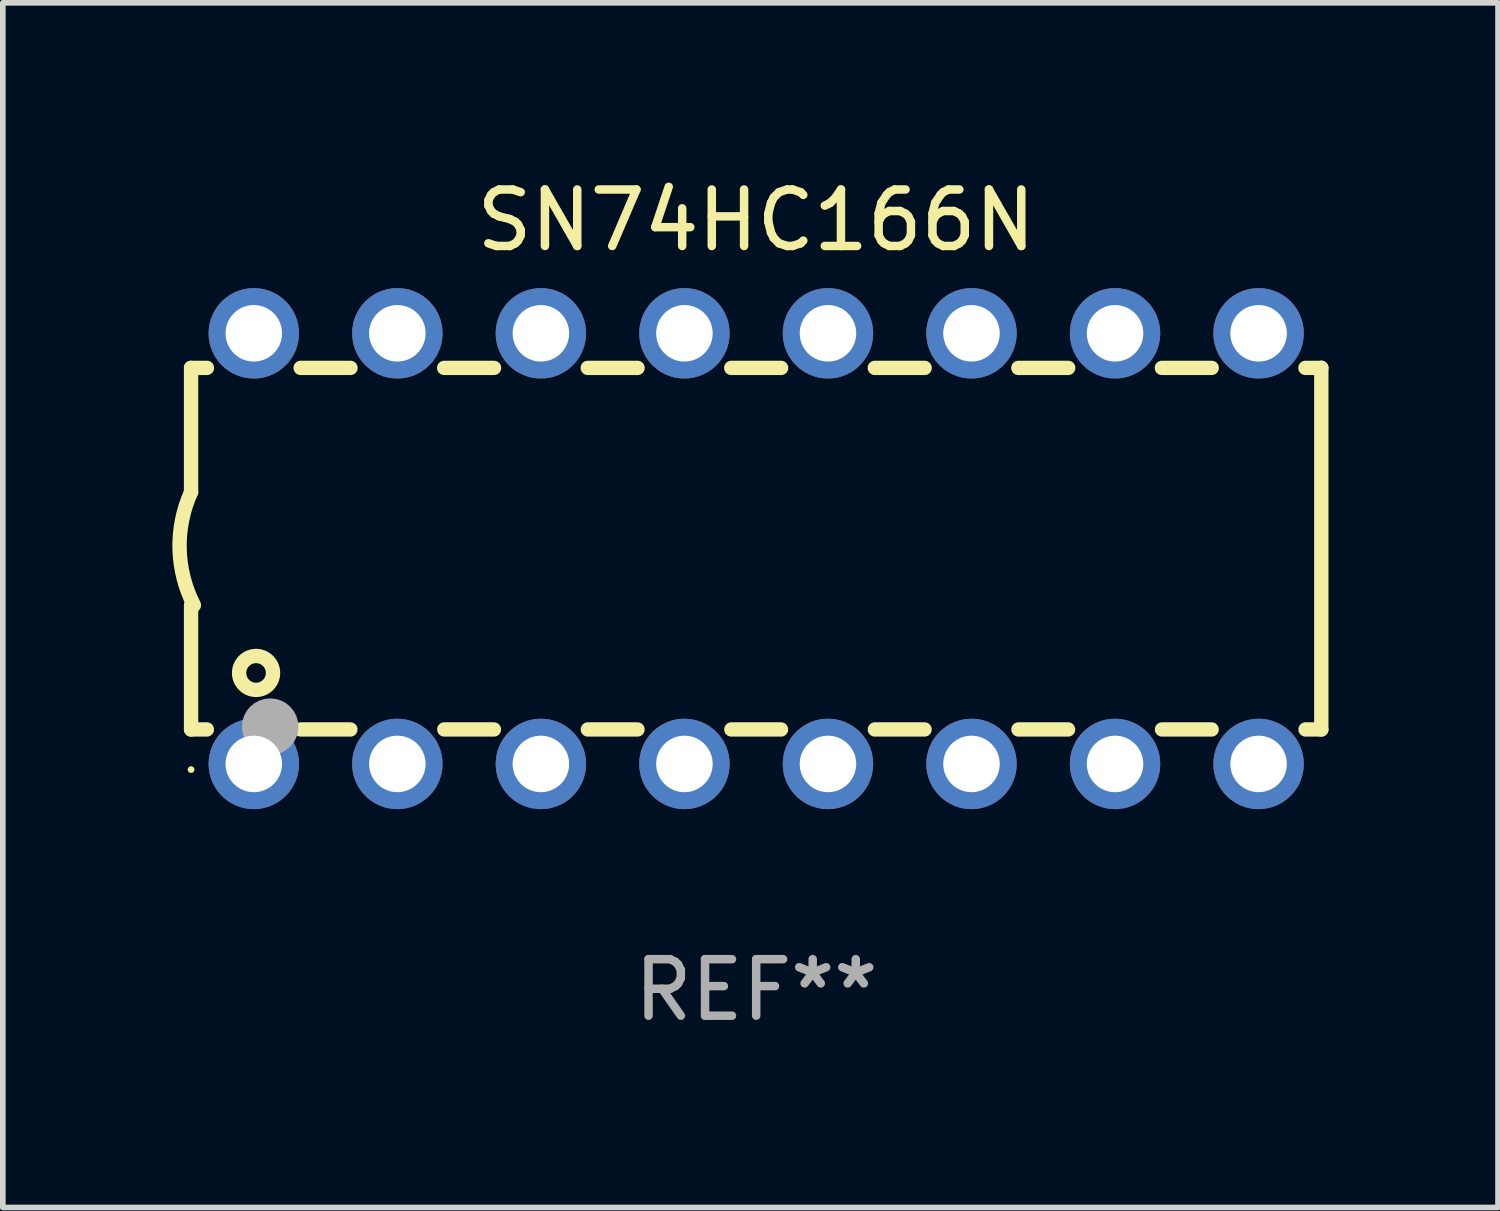
<source format=kicad_pcb>
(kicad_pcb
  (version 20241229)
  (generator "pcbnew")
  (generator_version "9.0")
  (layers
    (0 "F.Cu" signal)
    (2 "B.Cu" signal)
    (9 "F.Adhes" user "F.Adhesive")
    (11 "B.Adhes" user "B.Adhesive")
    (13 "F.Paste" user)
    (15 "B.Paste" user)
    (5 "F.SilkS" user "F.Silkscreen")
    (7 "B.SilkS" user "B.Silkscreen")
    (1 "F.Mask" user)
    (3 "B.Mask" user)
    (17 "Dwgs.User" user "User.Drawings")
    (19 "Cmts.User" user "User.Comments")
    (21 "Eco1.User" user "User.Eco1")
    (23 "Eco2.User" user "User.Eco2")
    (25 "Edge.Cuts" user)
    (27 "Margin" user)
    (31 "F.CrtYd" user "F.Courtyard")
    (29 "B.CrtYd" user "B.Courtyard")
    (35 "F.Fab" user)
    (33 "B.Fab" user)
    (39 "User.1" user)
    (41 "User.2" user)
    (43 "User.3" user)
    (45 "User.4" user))
  (footprint "SN74HC166N"
    (layer "F.Cu")
    (at 10.331 6.658)
    (property "Reference" "SN74HC166N" (at 0 -5.81 0) (layer "F.SilkS") (effects (font (size 1 1) (thickness 0.15))))
    (attr through_hole)
    (fp_line (start -10 -3.198) (end -9.719 -3.198) (stroke (width 0.254) (type solid)) (layer "F.SilkS"))
    (fp_line (start -10 -0.998) (end -10 -3.198) (stroke (width 0.254) (type solid)) (layer "F.SilkS"))
    (fp_line (start -10 3.2) (end -10 1) (stroke (width 0.254) (type solid)) (layer "F.SilkS"))
    (fp_line (start -10 3.2) (end -9.721 3.2) (stroke (width 0.254) (type solid)) (layer "F.SilkS"))
    (fp_line (start -8.061 -3.198) (end -7.179 -3.198) (stroke (width 0.254) (type solid)) (layer "F.SilkS"))
    (fp_line (start -8.059 3.2) (end -7.181 3.2) (stroke (width 0.254) (type solid)) (layer "F.SilkS"))
    (fp_line (start -5.521 -3.198) (end -4.639 -3.198) (stroke (width 0.254) (type solid)) (layer "F.SilkS"))
    (fp_line (start -5.519 3.2) (end -4.641 3.2) (stroke (width 0.254) (type solid)) (layer "F.SilkS"))
    (fp_line (start -2.981 -3.198) (end -2.099 -3.198) (stroke (width 0.254) (type solid)) (layer "F.SilkS"))
    (fp_line (start -2.979 3.2) (end -2.101 3.2) (stroke (width 0.254) (type solid)) (layer "F.SilkS"))
    (fp_line (start -0.441 -3.198) (end 0.441 -3.198) (stroke (width 0.254) (type solid)) (layer "F.SilkS"))
    (fp_line (start -0.439 3.2) (end 0.439 3.2) (stroke (width 0.254) (type solid)) (layer "F.SilkS"))
    (fp_line (start 2.099 -3.198) (end 2.981 -3.198) (stroke (width 0.254) (type solid)) (layer "F.SilkS"))
    (fp_line (start 2.101 3.2) (end 2.979 3.2) (stroke (width 0.254) (type solid)) (layer "F.SilkS"))
    (fp_line (start 4.639 -3.198) (end 5.521 -3.198) (stroke (width 0.254) (type solid)) (layer "F.SilkS"))
    (fp_line (start 4.641 3.2) (end 5.519 3.2) (stroke (width 0.254) (type solid)) (layer "F.SilkS"))
    (fp_line (start 7.179 -3.198) (end 8.061 -3.198) (stroke (width 0.254) (type solid)) (layer "F.SilkS"))
    (fp_line (start 7.181 3.2) (end 8.059 3.2) (stroke (width 0.254) (type solid)) (layer "F.SilkS"))
    (fp_line (start 9.719 -3.198) (end 10 -3.198) (stroke (width 0.254) (type solid)) (layer "F.SilkS"))
    (fp_line (start 9.721 3.2) (end 10 3.2) (stroke (width 0.254) (type solid)) (layer "F.SilkS"))
    (fp_line (start 10 3.2) (end 10 -3.2) (stroke (width 0.254) (type solid)) (layer "F.SilkS"))
    (fp_arc (start -9.949962 1) (mid -10.203153 0.005709) (end -10 -1) (stroke (width 0.254001) (type solid)) (layer "F.SilkS"))
    (fp_circle (center -10 3.91) (end -9.97 3.91) (stroke (width 0.06) (type solid)) (fill no) (layer "F.SilkS"))
    (fp_circle (center -8.85 2.2) (end -8.55 2.2) (stroke (width 0.254) (type solid)) (fill no) (layer "F.SilkS"))
    (fp_circle (center -8.6 3.15) (end -8.35 3.15) (stroke (width 0.5) (type solid)) (fill no) (layer "F.Fab"))
    (fp_text user "REF**" (at 0 7.81 0) (layer "F.Fab") (effects (font (size 1 1) (thickness 0.15))))
    (pad "1" thru_hole circle (at -8.89 3.81) (size 1.6 1.6) (drill 1) (layers "*.Cu" "*.Mask"))
    (pad "2" thru_hole circle (at -6.35 3.81) (size 1.6 1.6) (drill 1) (layers "*.Cu" "*.Mask"))
    (pad "3" thru_hole circle (at -3.81 3.81) (size 1.6 1.6) (drill 1) (layers "*.Cu" "*.Mask"))
    (pad "4" thru_hole circle (at -1.27 3.81) (size 1.6 1.6) (drill 1) (layers "*.Cu" "*.Mask"))
    (pad "5" thru_hole circle (at 1.27 3.81) (size 1.6 1.6) (drill 1) (layers "*.Cu" "*.Mask"))
    (pad "6" thru_hole circle (at 3.81 3.81) (size 1.6 1.6) (drill 1) (layers "*.Cu" "*.Mask"))
    (pad "7" thru_hole circle (at 6.35 3.81) (size 1.6 1.6) (drill 1) (layers "*.Cu" "*.Mask"))
    (pad "8" thru_hole circle (at 8.89 3.81) (size 1.6 1.6) (drill 1) (layers "*.Cu" "*.Mask"))
    (pad "9" thru_hole circle (at 8.89 -3.81) (size 1.6 1.6) (drill 1) (layers "*.Cu" "*.Mask"))
    (pad "10" thru_hole circle (at 6.35 -3.81) (size 1.6 1.6) (drill 1) (layers "*.Cu" "*.Mask"))
    (pad "11" thru_hole circle (at 3.81 -3.81) (size 1.6 1.6) (drill 1) (layers "*.Cu" "*.Mask"))
    (pad "12" thru_hole circle (at 1.27 -3.81) (size 1.6 1.6) (drill 1) (layers "*.Cu" "*.Mask"))
    (pad "13" thru_hole circle (at -1.27 -3.81) (size 1.6 1.6) (drill 1) (layers "*.Cu" "*.Mask"))
    (pad "14" thru_hole circle (at -3.81 -3.81) (size 1.6 1.6) (drill 1) (layers "*.Cu" "*.Mask"))
    (pad "15" thru_hole circle (at -6.35 -3.81) (size 1.6 1.6) (drill 1) (layers "*.Cu" "*.Mask"))
    (pad "16" thru_hole circle (at -8.89 -3.81) (size 1.6 1.6) (drill 1) (layers "*.Cu" "*.Mask")))
  (gr_rect
    (start -3 -3)
    (end 23.458 18.317)
    (stroke (width 0.1) (type default))
    (fill no)
    (layer "Edge.Cuts")))
</source>
